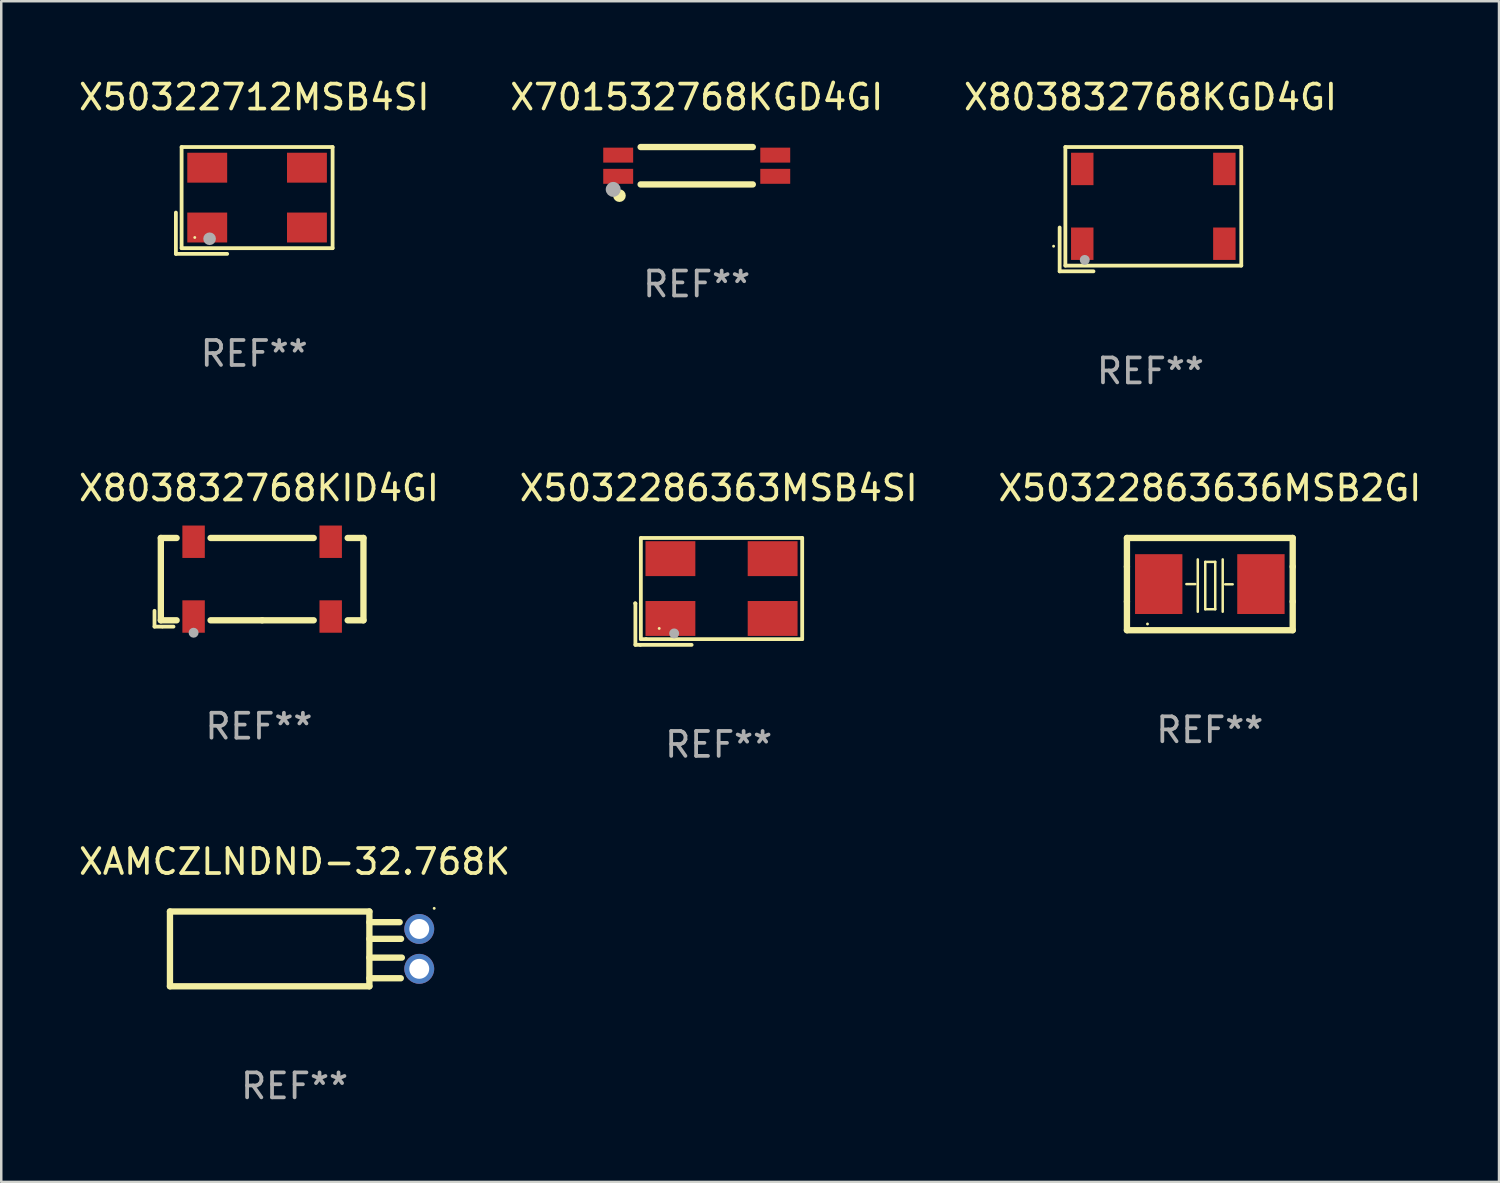
<source format=kicad_pcb>
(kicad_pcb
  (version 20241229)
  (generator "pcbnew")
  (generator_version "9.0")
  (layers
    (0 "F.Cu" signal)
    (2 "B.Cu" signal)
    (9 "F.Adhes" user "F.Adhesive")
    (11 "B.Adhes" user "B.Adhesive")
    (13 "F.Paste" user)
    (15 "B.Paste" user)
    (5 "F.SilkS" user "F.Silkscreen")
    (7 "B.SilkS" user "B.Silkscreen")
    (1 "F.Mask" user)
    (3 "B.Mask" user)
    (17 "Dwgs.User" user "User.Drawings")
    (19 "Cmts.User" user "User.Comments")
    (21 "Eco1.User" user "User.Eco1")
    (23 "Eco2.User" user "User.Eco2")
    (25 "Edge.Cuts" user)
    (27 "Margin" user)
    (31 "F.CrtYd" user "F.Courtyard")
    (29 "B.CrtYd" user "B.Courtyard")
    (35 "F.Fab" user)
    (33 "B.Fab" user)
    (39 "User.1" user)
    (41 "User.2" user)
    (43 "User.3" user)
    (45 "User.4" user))
  (footprint "XAMCZLNDND-32.768K"
    (layer "F.Cu")
    (at 8.768 35.015)
    (property "Reference" "XAMCZLNDND-32.768K" (at 0 -3.5 0) (layer "F.SilkS") (effects (font (size 1 1) (thickness 0.15))))
    (attr through_hole)
    (fp_line (start -5 -1.5) (end -5 1.5) (stroke (width 0.254) (type solid)) (layer "F.SilkS"))
    (fp_line (start 3 -1.5) (end -5 -1.5) (stroke (width 0.254) (type solid)) (layer "F.SilkS"))
    (fp_line (start 3 -1.5) (end 3 1.5) (stroke (width 0.254) (type solid)) (layer "F.SilkS"))
    (fp_line (start 3 -1.071) (end 4.214 -1.071) (stroke (width 0.254) (type solid)) (layer "F.SilkS"))
    (fp_line (start 3 -0.403) (end 4.27 -0.403) (stroke (width 0.254) (type solid)) (layer "F.SilkS"))
    (fp_line (start 3 0.35) (end 4.302 0.35) (stroke (width 0.254) (type solid)) (layer "F.SilkS"))
    (fp_line (start 3 1.178) (end 4.26 1.178) (stroke (width 0.254) (type solid)) (layer "F.SilkS"))
    (fp_line (start 3 1.5) (end -5 1.5) (stroke (width 0.254) (type solid)) (layer "F.SilkS"))
    (fp_circle (center 5.6 -1.627) (end 5.63 -1.627) (stroke (width 0.06) (type solid)) (fill no) (layer "F.SilkS"))
    (fp_text user "REF**" (at 0 5.5 0) (layer "F.Fab") (effects (font (size 1 1) (thickness 0.15))))
    (pad "1" thru_hole circle (at 5 -0.8) (size 1.2 1.2) (drill 0.8) (layers "*.Cu" "*.Mask"))
    (pad "2" thru_hole circle (at 5 0.8) (size 1.2 1.2) (drill 0.8) (layers "*.Cu" "*.Mask")))
  (footprint "X803832768KGD4GI"
    (layer "F.Cu")
    (at 43.101 5.341)
    (property "Reference" "X803832768KGD4GI" (at 0 -4.493 0) (layer "F.SilkS") (effects (font (size 1 1) (thickness 0.15))))
    (attr through_hole)
    (fp_line (start -3.643 0.736) (end -3.643 2.493) (stroke (width 0.152) (type solid)) (layer "F.SilkS"))
    (fp_line (start -3.643 2.493) (end -2.286 2.493) (stroke (width 0.152) (type solid)) (layer "F.SilkS"))
    (fp_line (start -3.414 -2.493) (end 3.643 -2.493) (stroke (width 0.152) (type solid)) (layer "F.SilkS"))
    (fp_line (start -3.414 2.264) (end -3.414 -2.493) (stroke (width 0.152) (type solid)) (layer "F.SilkS"))
    (fp_line (start 3.643 -2.493) (end 3.643 2.264) (stroke (width 0.152) (type solid)) (layer "F.SilkS"))
    (fp_line (start 3.643 2.264) (end -3.414 2.264) (stroke (width 0.152) (type solid)) (layer "F.SilkS"))
    (fp_circle (center -3.886 1.486) (end -3.856 1.486) (stroke (width 0.06) (type solid)) (fill no) (layer "F.SilkS"))
    (fp_circle (center -2.636 2.036) (end -2.536 2.036) (stroke (width 0.2) (type solid)) (fill no) (layer "F.Fab"))
    (fp_text user "REF**" (at 0 6.493 0) (layer "F.Fab") (effects (font (size 1 1) (thickness 0.15))))
    (pad "1" smd rect (at -2.736 1.386) (size 0.9 1.3) (layers "F.Cu" "F.Mask" "F.Paste"))
    (pad "2" smd rect (at 2.964 1.386) (size 0.9 1.3) (layers "F.Cu" "F.Mask" "F.Paste"))
    (pad "3" smd rect (at 2.964 -1.614) (size 0.9 1.3) (layers "F.Cu" "F.Mask" "F.Paste"))
    (pad "4" smd rect (at -2.736 -1.614) (size 0.9 1.3) (layers "F.Cu" "F.Mask" "F.Paste")))
  (footprint "X50322863636MSB2GI"
    (layer "F.Cu")
    (at 45.482 20.381)
    (property "Reference" "X50322863636MSB2GI" (at 0 -3.85 0) (layer "F.SilkS") (effects (font (size 1 1) (thickness 0.15))))
    (attr through_hole)
    (fp_line (start -3.325 0.7) (end -3.325 -0.7) (stroke (width 0.254) (type solid)) (layer "F.SilkS"))
    (fp_line (start -3.325 -1.85) (end 3.325 -1.85) (stroke (width 0.254) (type solid)) (layer "F.SilkS"))
    (fp_line (start -3.325 -0.7) (end -3.325 -1.85) (stroke (width 0.254) (type solid)) (layer "F.SilkS"))
    (fp_line (start -3.325 1.85) (end -3.325 0.7) (stroke (width 0.254) (type solid)) (layer "F.SilkS"))
    (fp_line (start -0.94 -0.000127) (end -0.584 -0.000127) (stroke (width 0.1) (type solid)) (layer "F.SilkS"))
    (fp_line (start -0.483 -0.991) (end -0.483 1.109) (stroke (width 0.1) (type solid)) (layer "F.SilkS"))
    (fp_line (start -0.183 -0.891) (end -0.183 1.009) (stroke (width 0.1) (type solid)) (layer "F.SilkS"))
    (fp_line (start -0.183 1.009) (end 0.217 1.009) (stroke (width 0.1) (type solid)) (layer "F.SilkS"))
    (fp_line (start 0.217 -0.891) (end -0.183 -0.891) (stroke (width 0.1) (type solid)) (layer "F.SilkS"))
    (fp_line (start 0.217 1.009) (end 0.217 -0.891) (stroke (width 0.1) (type solid)) (layer "F.SilkS"))
    (fp_line (start 0.517 -0.991) (end 0.517 1.109) (stroke (width 0.1) (type solid)) (layer "F.SilkS"))
    (fp_line (start 0.617 0.009) (end 0.917 0.009) (stroke (width 0.1) (type solid)) (layer "F.SilkS"))
    (fp_line (start 3.325 -1.85) (end 3.325 -0.7) (stroke (width 0.254) (type solid)) (layer "F.SilkS"))
    (fp_line (start 3.325 0.7) (end 3.325 1.85) (stroke (width 0.254) (type solid)) (layer "F.SilkS"))
    (fp_line (start 3.325 1.85) (end -3.325 1.85) (stroke (width 0.254) (type solid)) (layer "F.SilkS"))
    (fp_line (start 3.325 -0.7) (end 3.325 0.7) (stroke (width 0.254) (type solid)) (layer "F.SilkS"))
    (fp_circle (center -2.5 1.6) (end -2.47 1.6) (stroke (width 0.06) (type solid)) (fill no) (layer "F.SilkS"))
    (fp_text user "REF**" (at 0 5.85 0) (layer "F.Fab") (effects (font (size 1 1) (thickness 0.15))))
    (pad "1" smd rect (at -2.05 -0.000127) (size 1.9 2.4) (layers "F.Cu" "F.Mask" "F.Paste"))
    (pad "2" smd rect (at 2.05 -0.000127) (size 1.9 2.4) (layers "F.Cu" "F.Mask" "F.Paste")))
  (footprint "X50322712MSB4SI"
    (layer "F.Cu")
    (at 7.149 4.991)
    (property "Reference" "X50322712MSB4SI" (at 0 -4.143 0) (layer "F.SilkS") (effects (font (size 1 1) (thickness 0.15))))
    (attr through_hole)
    (fp_line (start -3.143 0.486) (end -3.143 2.143) (stroke (width 0.152) (type solid)) (layer "F.SilkS"))
    (fp_line (start -3.143 2.143) (end -1.086 2.143) (stroke (width 0.152) (type solid)) (layer "F.SilkS"))
    (fp_line (start -2.914 -2.143) (end 3.143 -2.143) (stroke (width 0.152) (type solid)) (layer "F.SilkS"))
    (fp_line (start -2.914 1.914) (end -2.914 -2.143) (stroke (width 0.152) (type solid)) (layer "F.SilkS"))
    (fp_line (start 3.143 -2.143) (end 3.143 1.914) (stroke (width 0.152) (type solid)) (layer "F.SilkS"))
    (fp_line (start 3.143 1.914) (end -2.914 1.914) (stroke (width 0.152) (type solid)) (layer "F.SilkS"))
    (fp_circle (center -2.386 1.486) (end -2.356 1.486) (stroke (width 0.06) (type solid)) (fill no) (layer "F.SilkS"))
    (fp_circle (center -1.791 1.537) (end -1.664 1.537) (stroke (width 0.254) (type solid)) (fill no) (layer "F.Fab"))
    (fp_text user "REF**" (at 0 6.143 0) (layer "F.Fab") (effects (font (size 1 1) (thickness 0.15))))
    (pad "1" smd rect (at -1.886 1.086) (size 1.6 1.2) (layers "F.Cu" "F.Mask" "F.Paste"))
    (pad "2" smd rect (at 2.114 1.086) (size 1.6 1.2) (layers "F.Cu" "F.Mask" "F.Paste"))
    (pad "3" smd rect (at 2.114 -1.314) (size 1.6 1.2) (layers "F.Cu" "F.Mask" "F.Paste"))
    (pad "4" smd rect (at -1.886 -1.314) (size 1.6 1.2) (layers "F.Cu" "F.Mask" "F.Paste")))
  (footprint "X803832768KID4GI"
    (layer "F.Cu")
    (at 7.339 20.309)
    (property "Reference" "X803832768KID4GI" (at 0 -3.778 0) (layer "F.SilkS") (effects (font (size 1 1) (thickness 0.15))))
    (attr through_hole)
    (fp_line (start -4.191 1.143) (end -4.191 1.778) (stroke (width 0.152) (type solid)) (layer "F.SilkS"))
    (fp_line (start -4.191 1.778) (end -3.429 1.778) (stroke (width 0.152) (type solid)) (layer "F.SilkS"))
    (fp_line (start -3.937 -1.778) (end -3.304 -1.778) (stroke (width 0.254) (type solid)) (layer "F.SilkS"))
    (fp_line (start -3.937 1.524) (end -3.937 -1.778) (stroke (width 0.254) (type solid)) (layer "F.SilkS"))
    (fp_line (start -3.304 1.524) (end -3.937 1.524) (stroke (width 0.254) (type solid)) (layer "F.SilkS"))
    (fp_line (start -1.942 -1.778) (end 2.196 -1.778) (stroke (width 0.254) (type solid)) (layer "F.SilkS"))
    (fp_line (start 0.127 1.524) (end -1.942 1.524) (stroke (width 0.254) (type solid)) (layer "F.SilkS"))
    (fp_line (start 2.196 1.524) (end 0.127 1.524) (stroke (width 0.254) (type solid)) (layer "F.SilkS"))
    (fp_line (start 3.558 -1.778) (end 4.191 -1.778) (stroke (width 0.254) (type solid)) (layer "F.SilkS"))
    (fp_line (start 4.191 -1.778) (end 4.191 1.524) (stroke (width 0.254) (type solid)) (layer "F.SilkS"))
    (fp_line (start 4.191 1.524) (end 3.558 1.524) (stroke (width 0.254) (type solid)) (layer "F.SilkS"))
    (fp_circle (center -3.873 1.792) (end -3.843 1.792) (stroke (width 0.06) (type solid)) (fill no) (layer "F.SilkS"))
    (fp_circle (center -2.623 2.023) (end -2.523 2.023) (stroke (width 0.2) (type solid)) (fill no) (layer "F.Fab"))
    (fp_text user "REF**" (at 0 5.778 0) (layer "F.Fab") (effects (font (size 1 1) (thickness 0.15))))
    (pad "1" smd rect (at -2.623 1.373) (size 0.9 1.3) (layers "F.Cu" "F.Mask" "F.Paste"))
    (pad "2" smd rect (at 2.877 1.373) (size 0.9 1.3) (layers "F.Cu" "F.Mask" "F.Paste"))
    (pad "3" smd rect (at 2.877 -1.627) (size 0.9 1.3) (layers "F.Cu" "F.Mask" "F.Paste"))
    (pad "4" smd rect (at -2.623 -1.627) (size 0.9 1.3) (layers "F.Cu" "F.Mask" "F.Paste")))
  (footprint "X701532768KGD4GI"
    (layer "F.Cu")
    (at 24.899 3.598)
    (property "Reference" "X701532768KGD4GI" (at 0 -2.75 0) (layer "F.SilkS") (effects (font (size 1 1) (thickness 0.15))))
    (attr through_hole)
    (fp_line (start -2.25 -0.75) (end 2.25 -0.75) (stroke (width 0.254) (type solid)) (layer "F.SilkS"))
    (fp_line (start 2.25 0.75) (end -2.25 0.75) (stroke (width 0.254) (type solid)) (layer "F.SilkS"))
    (fp_circle (center -3.45 0.75) (end -3.42 0.75) (stroke (width 0.06) (type solid)) (fill no) (layer "F.SilkS"))
    (fp_circle (center -3.1 1.2) (end -2.973 1.2) (stroke (width 0.254) (type solid)) (fill no) (layer "F.SilkS"))
    (fp_circle (center -3.35 0.95) (end -3.2 0.95) (stroke (width 0.3) (type solid)) (fill no) (layer "F.Fab"))
    (fp_text user "REF**" (at 0 4.75 0) (layer "F.Fab") (effects (font (size 1 1) (thickness 0.15))))
    (pad "1" smd rect (at -3.15 0.425 270) (size 0.6 1.2) (layers "F.Cu" "F.Mask" "F.Paste"))
    (pad "2" smd rect (at 3.15 0.425 90) (size 0.6 1.2) (layers "F.Cu" "F.Mask" "F.Paste"))
    (pad "3" smd rect (at 3.15 -0.425 270) (size 0.6 1.2) (layers "F.Cu" "F.Mask" "F.Paste"))
    (pad "4" smd rect (at -3.15 -0.425 90) (size 0.6 1.2) (layers "F.Cu" "F.Mask" "F.Paste")))
  (footprint "X5032286363MSB4SI"
    (layer "F.Cu")
    (at 25.78 20.674)
    (property "Reference" "X5032286363MSB4SI" (at 0 -4.144 0) (layer "F.SilkS") (effects (font (size 1 1) (thickness 0.15))))
    (attr through_hole)
    (fp_line (start -3.35 0.476) (end -3.341 0.485) (stroke (width 0.152) (type solid)) (layer "F.SilkS"))
    (fp_line (start -3.341 0.485) (end -3.341 2.144) (stroke (width 0.152) (type solid)) (layer "F.SilkS"))
    (fp_line (start -3.341 2.144) (end -3.143 2.144) (stroke (width 0.152) (type solid)) (layer "F.SilkS"))
    (fp_line (start -3.143 2.144) (end -1.085 2.144) (stroke (width 0.152) (type solid)) (layer "F.SilkS"))
    (fp_line (start -3.122 -2.144) (end 3.35 -2.144) (stroke (width 0.152) (type solid)) (layer "F.SilkS"))
    (fp_line (start -3.122 1.915) (end -3.122 -2.144) (stroke (width 0.152) (type solid)) (layer "F.SilkS"))
    (fp_line (start -2.914 1.915) (end -3.122 1.915) (stroke (width 0.152) (type solid)) (layer "F.SilkS"))
    (fp_line (start 3.35 -2.144) (end 3.35 1.915) (stroke (width 0.152) (type solid)) (layer "F.SilkS"))
    (fp_line (start 3.35 1.915) (end -2.914 1.915) (stroke (width 0.152) (type solid)) (layer "F.SilkS"))
    (fp_circle (center -2.386 1.486) (end -2.356 1.486) (stroke (width 0.06) (type solid)) (fill no) (layer "F.SilkS"))
    (fp_circle (center -1.786 1.686) (end -1.686 1.686) (stroke (width 0.2) (type solid)) (fill no) (layer "F.Fab"))
    (fp_text user "REF**" (at 0 6.144 0) (layer "F.Fab") (effects (font (size 1 1) (thickness 0.15))))
    (pad "1" smd rect (at -1.936 1.086) (size 2 1.4) (layers "F.Cu" "F.Mask" "F.Paste"))
    (pad "2" smd rect (at 2.164 1.086) (size 2 1.4) (layers "F.Cu" "F.Mask" "F.Paste"))
    (pad "3" smd rect (at 2.164 -1.314) (size 2 1.4) (layers "F.Cu" "F.Mask" "F.Paste"))
    (pad "4" smd rect (at -1.936 -1.314) (size 2 1.4) (layers "F.Cu" "F.Mask" "F.Paste")))
  (gr_rect
    (start -3 -3)
    (end 57.083 44.363)
    (stroke (width 0.1) (type default))
    (fill no)
    (layer "Edge.Cuts")))
</source>
